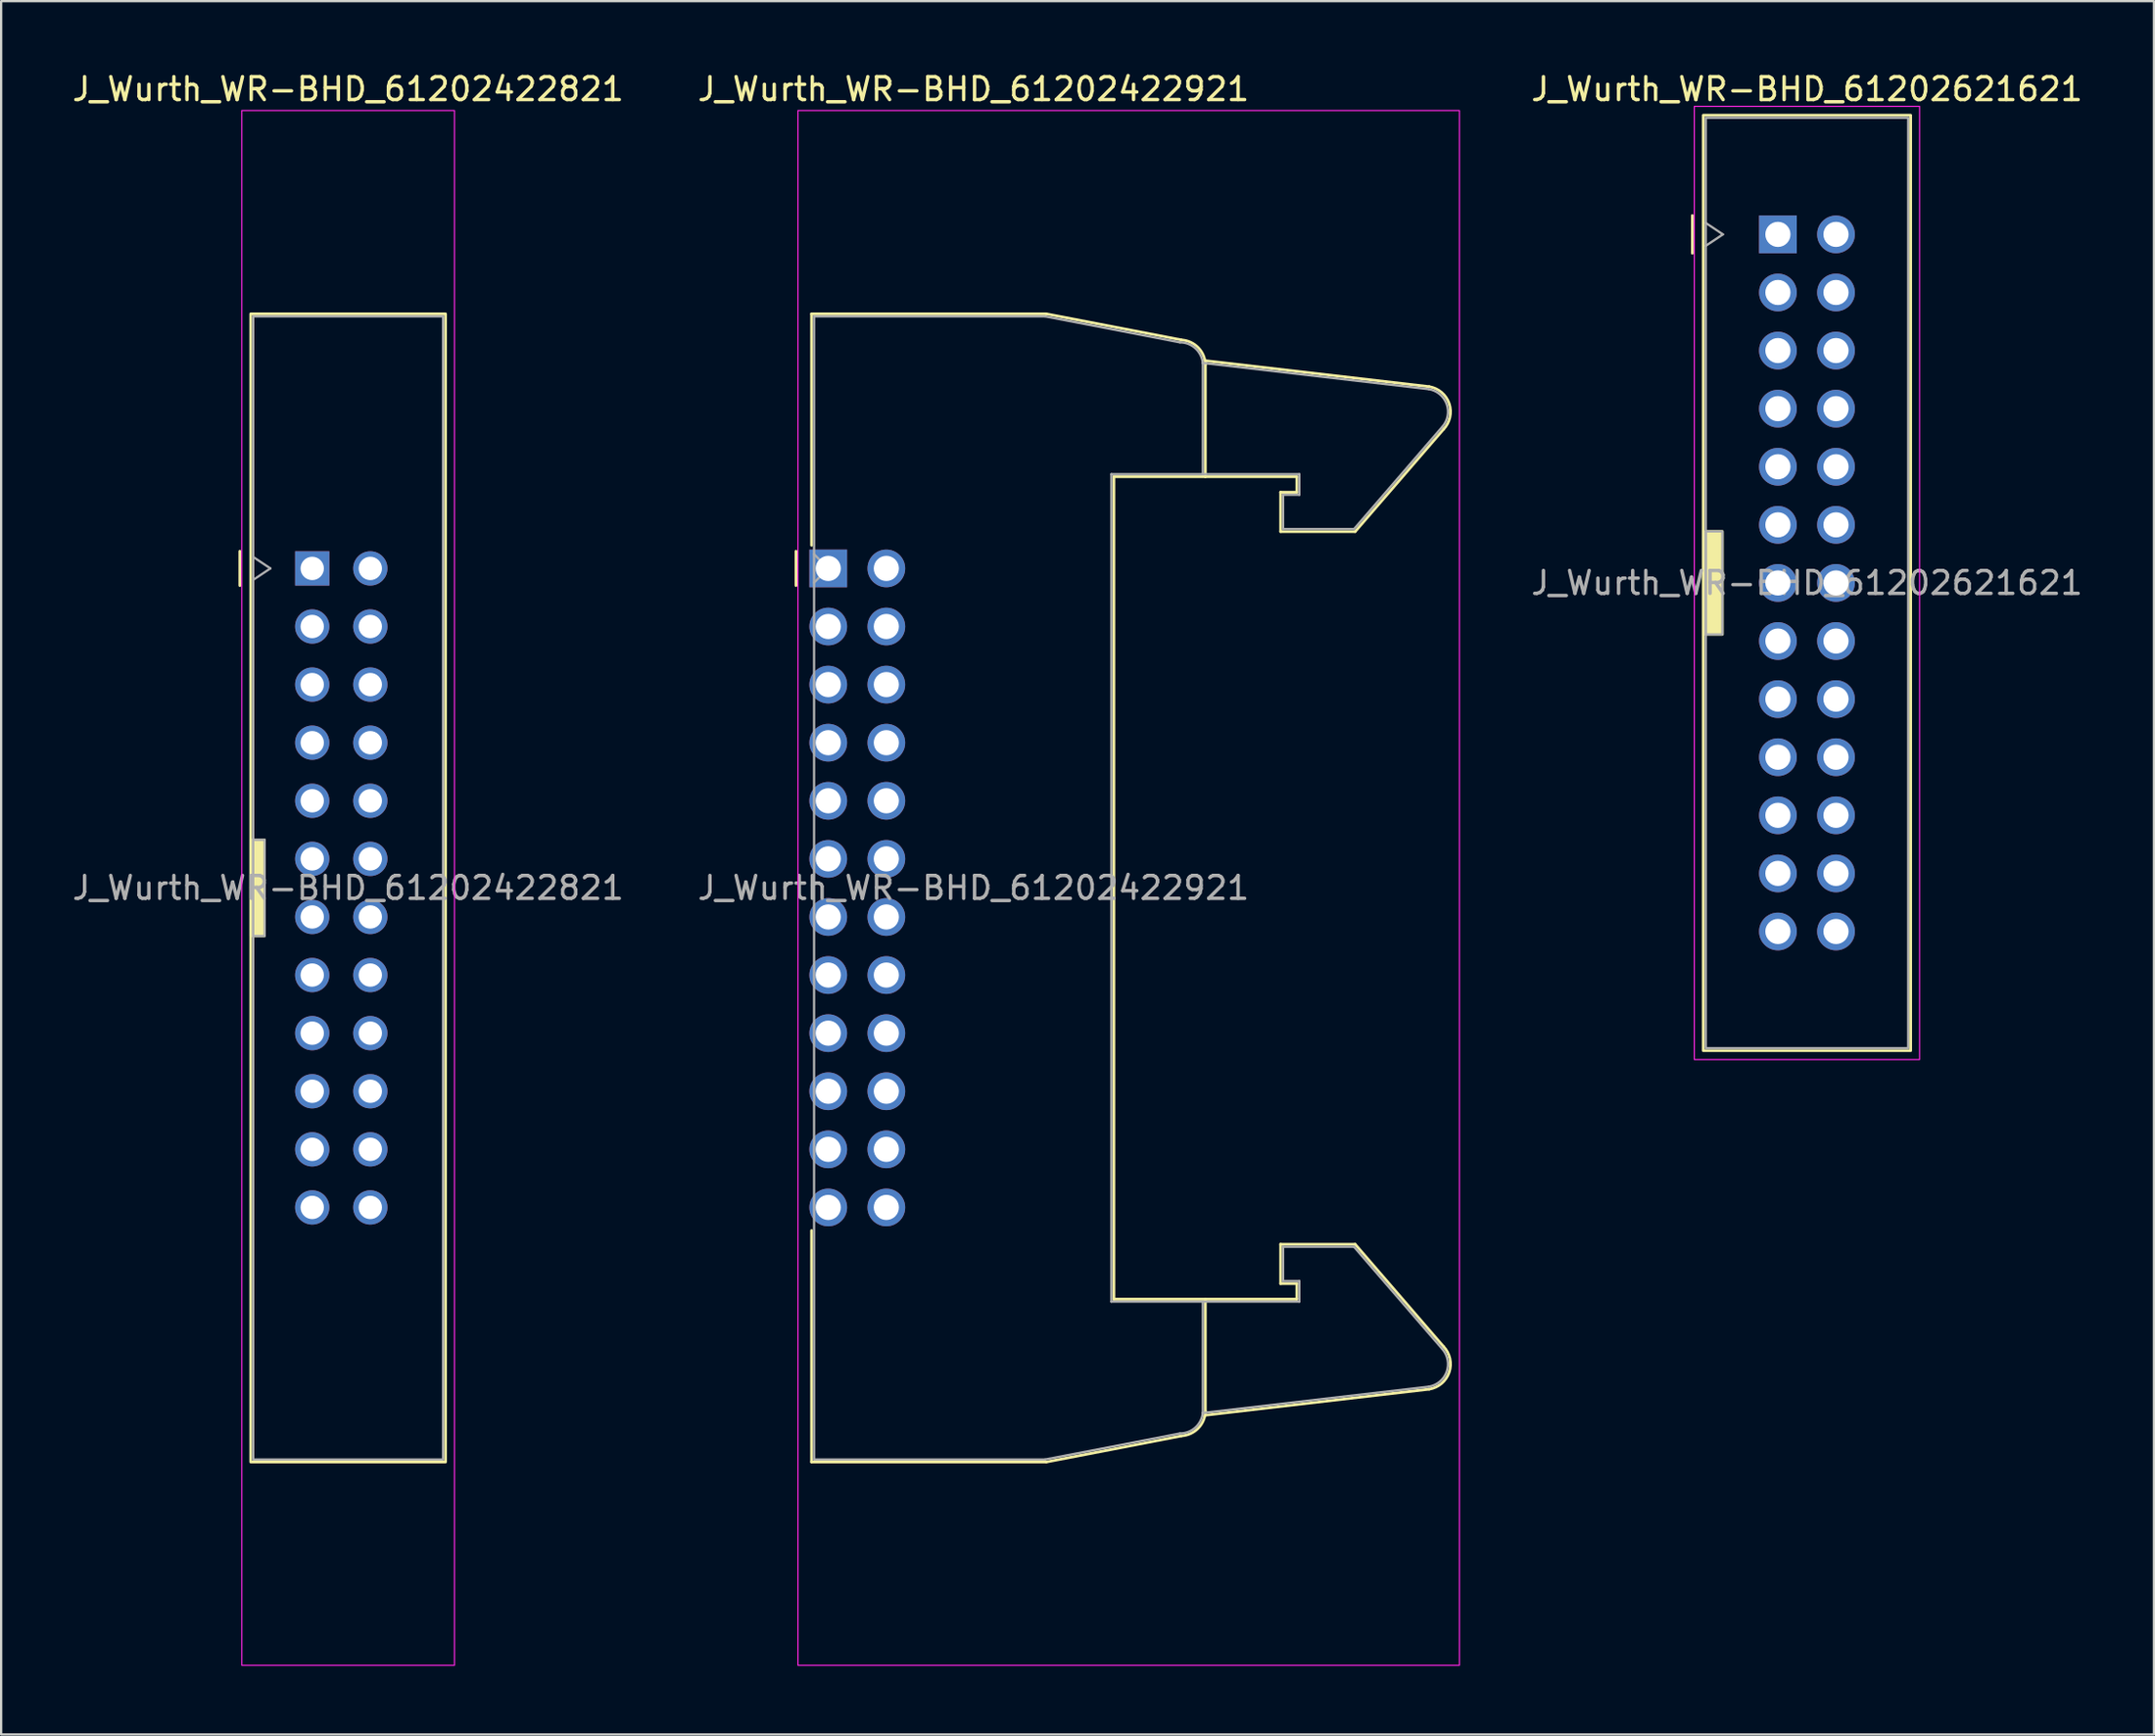
<source format=kicad_pcb>
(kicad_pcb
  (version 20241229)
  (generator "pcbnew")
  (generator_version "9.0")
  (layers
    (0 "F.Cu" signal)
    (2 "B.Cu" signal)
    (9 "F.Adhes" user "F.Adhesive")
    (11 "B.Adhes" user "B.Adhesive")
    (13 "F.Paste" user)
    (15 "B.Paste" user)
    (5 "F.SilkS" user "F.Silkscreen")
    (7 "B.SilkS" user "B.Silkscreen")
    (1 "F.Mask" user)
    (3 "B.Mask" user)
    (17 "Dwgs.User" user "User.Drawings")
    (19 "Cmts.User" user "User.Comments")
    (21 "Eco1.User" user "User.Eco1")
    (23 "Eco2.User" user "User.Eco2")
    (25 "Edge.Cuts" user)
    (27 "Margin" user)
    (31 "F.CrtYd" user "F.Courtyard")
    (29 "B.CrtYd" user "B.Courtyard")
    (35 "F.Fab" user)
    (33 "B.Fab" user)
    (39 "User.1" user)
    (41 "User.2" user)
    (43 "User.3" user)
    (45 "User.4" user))
  (footprint "J_Wurth_WR-BHD_61202422921"
    (layer "F.Cu")
    (at 33.168 21.803)
    (property "Reference" "J_Wurth_WR-BHD_61202422921" (at 6.35 -20.955 0) (unlocked yes) (layer "F.SilkS") (effects (font (size 1 1) (thickness 0.15))))
    (attr through_hole)
    (fp_line (start -1.41 -0.75) (end -1.41 0.75) (stroke (width 0.12) (type solid)) (layer "F.SilkS"))
    (fp_line (start -0.73 -11.13) (end -0.73 -1.01) (stroke (width 0.12) (type solid)) (layer "F.SilkS"))
    (fp_line (start -0.73 -11.13) (end 9.534 -11.13) (stroke (width 0.12) (type solid)) (layer "F.SilkS"))
    (fp_line (start -0.73 39.07) (end -0.73 28.95) (stroke (width 0.12) (type solid)) (layer "F.SilkS"))
    (fp_line (start -0.73 39.07) (end 9.534 39.07) (stroke (width 0.12) (type solid)) (layer "F.SilkS"))
    (fp_line (start 9.534 -11.13) (end 15.443 -9.992) (stroke (width 0.12) (type solid)) (layer "F.SilkS"))
    (fp_line (start 9.534 39.07) (end 15.443 37.932) (stroke (width 0.12) (type solid)) (layer "F.SilkS"))
    (fp_line (start 12.49 31.95) (end 12.49 -4.01) (stroke (width 0.12) (type solid)) (layer "F.SilkS"))
    (fp_line (start 16.49 -8.975) (end 16.49 -4.01) (stroke (width 0.12) (type solid)) (layer "F.SilkS"))
    (fp_line (start 16.49 36.915) (end 16.49 31.95) (stroke (width 0.12) (type solid)) (layer "F.SilkS"))
    (fp_line (start 19.78 -3.33) (end 19.78 -1.61) (stroke (width 0.12) (type solid)) (layer "F.SilkS"))
    (fp_line (start 19.78 -1.61) (end 23.04 -1.61) (stroke (width 0.12) (type solid)) (layer "F.SilkS"))
    (fp_line (start 19.78 29.55) (end 23.04 29.55) (stroke (width 0.12) (type solid)) (layer "F.SilkS"))
    (fp_line (start 19.78 31.27) (end 19.78 29.55) (stroke (width 0.12) (type solid)) (layer "F.SilkS"))
    (fp_line (start 20.49 -4.01) (end 12.49 -4.01) (stroke (width 0.12) (type solid)) (layer "F.SilkS"))
    (fp_line (start 20.49 -3.33) (end 19.78 -3.33) (stroke (width 0.12) (type solid)) (layer "F.SilkS"))
    (fp_line (start 20.49 -3.33) (end 20.49 -4.01) (stroke (width 0.12) (type solid)) (layer "F.SilkS"))
    (fp_line (start 20.49 31.27) (end 19.78 31.27) (stroke (width 0.12) (type solid)) (layer "F.SilkS"))
    (fp_line (start 20.49 31.27) (end 20.49 31.95) (stroke (width 0.12) (type solid)) (layer "F.SilkS"))
    (fp_line (start 20.49 31.95) (end 12.49 31.95) (stroke (width 0.12) (type solid)) (layer "F.SilkS"))
    (fp_line (start 23.04 -1.61) (end 26.903 -6.082) (stroke (width 0.12) (type solid)) (layer "F.SilkS"))
    (fp_line (start 23.04 29.55) (end 26.903 34.022) (stroke (width 0.12) (type solid)) (layer "F.SilkS"))
    (fp_line (start 26.279 -7.947) (end 16.472 -9.085) (stroke (width 0.12) (type solid)) (layer "F.SilkS"))
    (fp_line (start 26.279 35.887) (end 16.472 37.025) (stroke (width 0.12) (type solid)) (layer "F.SilkS"))
    (fp_arc (start 15.442979 -9.98974) (mid 16.176162 -9.655638) (end 16.491006 -8.913981) (stroke (width 0.12) (type solid)) (layer "F.SilkS"))
    (fp_arc (start 16.491006 36.853981) (mid 16.176162 37.595638) (end 15.442979 37.92974) (stroke (width 0.12) (type solid)) (layer "F.SilkS"))
    (fp_arc (start 26.278536 -7.946703) (mid 27.153628 -7.202846) (end 26.903 -6.082) (stroke (width 0.12) (type solid)) (layer "F.SilkS"))
    (fp_arc (start 26.903 34.022) (mid 27.153628 35.142846) (end 26.278536 35.886703) (stroke (width 0.12) (type solid)) (layer "F.SilkS"))
    (fp_rect (start -1.325 -20.02) (end 27.6 47.96) (stroke (width 0.05) (type solid)) (fill no) (layer "F.CrtYd"))
    (fp_line (start -0.62 -11.02) (end 9.484 -11.02) (stroke (width 0.1) (type solid)) (layer "F.Fab"))
    (fp_line (start -0.62 38.96) (end -0.62 -11.02) (stroke (width 0.1) (type solid)) (layer "F.Fab"))
    (fp_line (start -0.62 38.96) (end 9.484 38.96) (stroke (width 0.1) (type solid)) (layer "F.Fab"))
    (fp_line (start 0 0) (end -0.62 -0.62) (stroke (width 0.1) (type solid)) (layer "F.Fab"))
    (fp_line (start 0 0) (end -0.62 0.62) (stroke (width 0.1) (type solid)) (layer "F.Fab"))
    (fp_line (start 9.484 -11.02) (end 15.381 -9.884) (stroke (width 0.1) (type solid)) (layer "F.Fab"))
    (fp_line (start 9.484 38.96) (end 15.381 37.824) (stroke (width 0.1) (type solid)) (layer "F.Fab"))
    (fp_line (start 12.38 32.06) (end 12.38 -4.12) (stroke (width 0.1) (type solid)) (layer "F.Fab"))
    (fp_line (start 16.38 -8.975) (end 16.38 -4.12) (stroke (width 0.1) (type solid)) (layer "F.Fab"))
    (fp_line (start 16.38 36.915) (end 16.38 32.06) (stroke (width 0.1) (type solid)) (layer "F.Fab"))
    (fp_line (start 19.89 -3.22) (end 19.89 -1.72) (stroke (width 0.1) (type solid)) (layer "F.Fab"))
    (fp_line (start 19.89 -1.72) (end 22.99 -1.72) (stroke (width 0.1) (type solid)) (layer "F.Fab"))
    (fp_line (start 19.89 29.66) (end 22.99 29.66) (stroke (width 0.1) (type solid)) (layer "F.Fab"))
    (fp_line (start 19.89 31.16) (end 19.89 29.66) (stroke (width 0.1) (type solid)) (layer "F.Fab"))
    (fp_line (start 20.6 -4.12) (end 12.38 -4.12) (stroke (width 0.1) (type solid)) (layer "F.Fab"))
    (fp_line (start 20.6 -3.22) (end 19.89 -3.22) (stroke (width 0.1) (type solid)) (layer "F.Fab"))
    (fp_line (start 20.6 -3.22) (end 20.6 -4.12) (stroke (width 0.1) (type solid)) (layer "F.Fab"))
    (fp_line (start 20.6 31.16) (end 19.89 31.16) (stroke (width 0.1) (type solid)) (layer "F.Fab"))
    (fp_line (start 20.6 31.16) (end 20.6 32.06) (stroke (width 0.1) (type solid)) (layer "F.Fab"))
    (fp_line (start 20.6 32.06) (end 12.38 32.06) (stroke (width 0.1) (type solid)) (layer "F.Fab"))
    (fp_line (start 22.99 -1.72) (end 26.853 -6.192) (stroke (width 0.1) (type solid)) (layer "F.Fab"))
    (fp_line (start 22.99 29.66) (end 26.853 34.132) (stroke (width 0.1) (type solid)) (layer "F.Fab"))
    (fp_line (start 26.252 -7.838) (end 16.38 -8.984) (stroke (width 0.1) (type solid)) (layer "F.Fab"))
    (fp_line (start 26.252 35.778) (end 16.38 36.924) (stroke (width 0.1) (type solid)) (layer "F.Fab"))
    (fp_arc (start 15.380999 -9.884) (mid 16.05791 -9.620576) (end 16.38 -8.969532) (stroke (width 0.1) (type solid)) (layer "F.Fab"))
    (fp_arc (start 16.38 36.909532) (mid 16.05791 37.560576) (end 15.380999 37.824) (stroke (width 0.1) (type solid)) (layer "F.Fab"))
    (fp_arc (start 26.260676 -7.836993) (mid 27.040851 -7.188778) (end 26.852999 -6.192) (stroke (width 0.1) (type solid)) (layer "F.Fab"))
    (fp_arc (start 26.852999 34.132) (mid 27.040851 35.128778) (end 26.260676 35.776993) (stroke (width 0.1) (type solid)) (layer "F.Fab"))
    (fp_text user "${REFERENCE}" (at 6.35 13.97 0) (unlocked yes) (layer "F.Fab") (effects (font (size 1 1) (thickness 0.15))))
    (pad "1" thru_hole rect (at 0 0 90) (size 1.65 1.65) (drill 1.1) (layers "*.Cu" "*.Mask"))
    (pad "2" thru_hole circle (at 2.54 0 90) (size 1.65 1.65) (drill 1.1) (layers "*.Cu" "*.Mask"))
    (pad "3" thru_hole circle (at 0 2.54 90) (size 1.65 1.65) (drill 1.1) (layers "*.Cu" "*.Mask"))
    (pad "4" thru_hole circle (at 2.54 2.54 90) (size 1.65 1.65) (drill 1.1) (layers "*.Cu" "*.Mask"))
    (pad "5" thru_hole circle (at 0 5.08 90) (size 1.65 1.65) (drill 1.1) (layers "*.Cu" "*.Mask"))
    (pad "6" thru_hole circle (at 2.54 5.08 90) (size 1.65 1.65) (drill 1.1) (layers "*.Cu" "*.Mask"))
    (pad "7" thru_hole circle (at 0 7.62 90) (size 1.65 1.65) (drill 1.1) (layers "*.Cu" "*.Mask"))
    (pad "8" thru_hole circle (at 2.54 7.62 90) (size 1.65 1.65) (drill 1.1) (layers "*.Cu" "*.Mask"))
    (pad "9" thru_hole circle (at 0 10.16 90) (size 1.65 1.65) (drill 1.1) (layers "*.Cu" "*.Mask"))
    (pad "10" thru_hole circle (at 2.54 10.16 90) (size 1.65 1.65) (drill 1.1) (layers "*.Cu" "*.Mask"))
    (pad "11" thru_hole circle (at 0 12.7 90) (size 1.65 1.65) (drill 1.1) (layers "*.Cu" "*.Mask"))
    (pad "12" thru_hole circle (at 2.54 12.7 90) (size 1.65 1.65) (drill 1.1) (layers "*.Cu" "*.Mask"))
    (pad "13" thru_hole circle (at 0 15.24 90) (size 1.65 1.65) (drill 1.1) (layers "*.Cu" "*.Mask"))
    (pad "14" thru_hole circle (at 2.54 15.24 90) (size 1.65 1.65) (drill 1.1) (layers "*.Cu" "*.Mask"))
    (pad "15" thru_hole circle (at 0 17.78 90) (size 1.65 1.65) (drill 1.1) (layers "*.Cu" "*.Mask"))
    (pad "16" thru_hole circle (at 2.54 17.78 90) (size 1.65 1.65) (drill 1.1) (layers "*.Cu" "*.Mask"))
    (pad "17" thru_hole circle (at 0 20.32 90) (size 1.65 1.65) (drill 1.1) (layers "*.Cu" "*.Mask"))
    (pad "18" thru_hole circle (at 2.54 20.32 90) (size 1.65 1.65) (drill 1.1) (layers "*.Cu" "*.Mask"))
    (pad "19" thru_hole circle (at 0 22.86 90) (size 1.65 1.65) (drill 1.1) (layers "*.Cu" "*.Mask"))
    (pad "20" thru_hole circle (at 2.54 22.86 90) (size 1.65 1.65) (drill 1.1) (layers "*.Cu" "*.Mask"))
    (pad "21" thru_hole circle (at 0 25.4 90) (size 1.65 1.65) (drill 1.1) (layers "*.Cu" "*.Mask"))
    (pad "22" thru_hole circle (at 2.54 25.4 90) (size 1.65 1.65) (drill 1.1) (layers "*.Cu" "*.Mask"))
    (pad "23" thru_hole circle (at 0 27.94 90) (size 1.65 1.65) (drill 1.1) (layers "*.Cu" "*.Mask"))
    (pad "24" thru_hole circle (at 2.54 27.94 90) (size 1.65 1.65) (drill 1.1) (layers "*.Cu" "*.Mask")))
  (footprint "J_Wurth_WR-BHD_61202621621"
    (layer "F.Cu")
    (at 74.695 7.198)
    (property "Reference" "J_Wurth_WR-BHD_61202621621" (at 1.27 -6.35 0) (unlocked yes) (layer "F.SilkS") (effects (font (size 1 1) (thickness 0.15))))
    (attr through_hole)
    (fp_line (start -3.74 -0.825) (end -3.74 0.825) (stroke (width 0.12) (type solid)) (layer "F.SilkS"))
    (fp_rect (start -3.265 -5.21) (end 5.805 35.69) (stroke (width 0.12) (type solid)) (fill no) (layer "F.SilkS"))
    (fp_rect (start -3.155 12.99) (end -2.43 17.49) (stroke (width 0.12) (type solid)) (fill yes) (layer "F.SilkS"))
    (fp_rect (start -3.655 -5.6) (end 6.195 36.08) (stroke (width 0.05) (type solid)) (fill no) (layer "F.CrtYd"))
    (fp_line (start -2.405 0) (end -3.155 -0.5) (stroke (width 0.1) (type solid)) (layer "F.Fab"))
    (fp_line (start -2.405 0) (end -3.155 0.5) (stroke (width 0.1) (type solid)) (layer "F.Fab"))
    (fp_rect (start -3.155 12.99) (end -2.43 17.49) (stroke (width 0.1) (type solid)) (fill no) (layer "F.Fab"))
    (fp_rect (start -3.155 -5.1) (end 5.695 35.58) (stroke (width 0.1) (type solid)) (fill no) (layer "F.Fab"))
    (fp_text user "${REFERENCE}" (at 1.27 15.24 0) (unlocked yes) (layer "F.Fab") (effects (font (size 1 1) (thickness 0.15))))
    (pad "1" thru_hole rect (at 0 0 270) (size 1.65 1.65) (drill 1.1) (layers "*.Cu" "*.Mask"))
    (pad "2" thru_hole circle (at 2.54 0 270) (size 1.65 1.65) (drill 1.1) (layers "*.Cu" "*.Mask"))
    (pad "3" thru_hole circle (at 0 2.54 270) (size 1.65 1.65) (drill 1.1) (layers "*.Cu" "*.Mask"))
    (pad "4" thru_hole circle (at 2.54 2.54 270) (size 1.65 1.65) (drill 1.1) (layers "*.Cu" "*.Mask"))
    (pad "5" thru_hole circle (at 0 5.08 270) (size 1.65 1.65) (drill 1.1) (layers "*.Cu" "*.Mask"))
    (pad "6" thru_hole circle (at 2.54 5.08 270) (size 1.65 1.65) (drill 1.1) (layers "*.Cu" "*.Mask"))
    (pad "7" thru_hole circle (at 0 7.62 270) (size 1.65 1.65) (drill 1.1) (layers "*.Cu" "*.Mask"))
    (pad "8" thru_hole circle (at 2.54 7.62 270) (size 1.65 1.65) (drill 1.1) (layers "*.Cu" "*.Mask"))
    (pad "9" thru_hole circle (at 0 10.16 270) (size 1.65 1.65) (drill 1.1) (layers "*.Cu" "*.Mask"))
    (pad "10" thru_hole circle (at 2.54 10.16 270) (size 1.65 1.65) (drill 1.1) (layers "*.Cu" "*.Mask"))
    (pad "11" thru_hole circle (at 0 12.7 270) (size 1.65 1.65) (drill 1.1) (layers "*.Cu" "*.Mask"))
    (pad "12" thru_hole circle (at 2.54 12.7 270) (size 1.65 1.65) (drill 1.1) (layers "*.Cu" "*.Mask"))
    (pad "13" thru_hole circle (at 0 15.24 270) (size 1.65 1.65) (drill 1.1) (layers "*.Cu" "*.Mask"))
    (pad "14" thru_hole circle (at 2.54 15.24 270) (size 1.65 1.65) (drill 1.1) (layers "*.Cu" "*.Mask"))
    (pad "15" thru_hole circle (at 0 17.78 270) (size 1.65 1.65) (drill 1.1) (layers "*.Cu" "*.Mask"))
    (pad "16" thru_hole circle (at 2.54 17.78 270) (size 1.65 1.65) (drill 1.1) (layers "*.Cu" "*.Mask"))
    (pad "17" thru_hole circle (at 0 20.32 270) (size 1.65 1.65) (drill 1.1) (layers "*.Cu" "*.Mask"))
    (pad "18" thru_hole circle (at 2.54 20.32 270) (size 1.65 1.65) (drill 1.1) (layers "*.Cu" "*.Mask"))
    (pad "19" thru_hole circle (at 0 22.86 270) (size 1.65 1.65) (drill 1.1) (layers "*.Cu" "*.Mask"))
    (pad "20" thru_hole circle (at 2.54 22.86 270) (size 1.65 1.65) (drill 1.1) (layers "*.Cu" "*.Mask"))
    (pad "21" thru_hole circle (at 0 25.4 270) (size 1.65 1.65) (drill 1.1) (layers "*.Cu" "*.Mask"))
    (pad "22" thru_hole circle (at 2.54 25.4 270) (size 1.65 1.65) (drill 1.1) (layers "*.Cu" "*.Mask"))
    (pad "23" thru_hole circle (at 0 27.94 270) (size 1.65 1.65) (drill 1.1) (layers "*.Cu" "*.Mask"))
    (pad "24" thru_hole circle (at 2.54 27.94 270) (size 1.65 1.65) (drill 1.1) (layers "*.Cu" "*.Mask"))
    (pad "25" thru_hole circle (at 0 30.48 270) (size 1.65 1.65) (drill 1.1) (layers "*.Cu" "*.Mask"))
    (pad "26" thru_hole circle (at 2.54 30.48 270) (size 1.65 1.65) (drill 1.1) (layers "*.Cu" "*.Mask")))
  (footprint "J_Wurth_WR-BHD_61202422821"
    (layer "F.Cu")
    (at 10.603 21.803)
    (property "Reference" "J_Wurth_WR-BHD_61202422821" (at 1.57 -20.955 0) (unlocked yes) (layer "F.SilkS") (effects (font (size 1 1) (thickness 0.15))))
    (attr through_hole)
    (fp_line (start -3.165 -0.75) (end -3.165 0.75) (stroke (width 0.12) (type solid)) (layer "F.SilkS"))
    (fp_rect (start -2.69 -11.13) (end 5.83 39.07) (stroke (width 0.12) (type solid)) (fill no) (layer "F.SilkS"))
    (fp_rect (start -2.69 11.87) (end -2.08 16.07) (stroke (width 0.1) (type solid)) (fill yes) (layer "F.SilkS"))
    (fp_rect (start -3.08 -20.02) (end 6.22 47.96) (stroke (width 0.05) (type solid)) (fill no) (layer "F.CrtYd"))
    (fp_line (start -1.83 0) (end -2.58 -0.5) (stroke (width 0.1) (type solid)) (layer "F.Fab"))
    (fp_line (start -1.83 0) (end -2.58 0.5) (stroke (width 0.1) (type solid)) (layer "F.Fab"))
    (fp_rect (start -2.58 -11.02) (end 5.72 38.96) (stroke (width 0.1) (type solid)) (fill no) (layer "F.Fab"))
    (fp_rect (start -2.58 11.87) (end -2.08 16.07) (stroke (width 0.1) (type solid)) (fill no) (layer "F.Fab"))
    (fp_text user "${REFERENCE}" (at 1.57 13.97 0) (unlocked yes) (layer "F.Fab") (effects (font (size 1 1) (thickness 0.15))))
    (pad "1" thru_hole rect (at 0 0 270) (size 1.5 1.5) (drill 1.02) (layers "*.Cu" "*.Mask"))
    (pad "2" thru_hole circle (at 2.54 0 270) (size 1.5 1.5) (drill 1.02) (layers "*.Cu" "*.Mask"))
    (pad "3" thru_hole circle (at 0 2.54 270) (size 1.5 1.5) (drill 1.02) (layers "*.Cu" "*.Mask"))
    (pad "4" thru_hole circle (at 2.54 2.54 270) (size 1.5 1.5) (drill 1.02) (layers "*.Cu" "*.Mask"))
    (pad "5" thru_hole circle (at 0 5.08 270) (size 1.5 1.5) (drill 1.02) (layers "*.Cu" "*.Mask"))
    (pad "6" thru_hole circle (at 2.54 5.08 270) (size 1.5 1.5) (drill 1.02) (layers "*.Cu" "*.Mask"))
    (pad "7" thru_hole circle (at 0 7.62 270) (size 1.5 1.5) (drill 1.02) (layers "*.Cu" "*.Mask"))
    (pad "8" thru_hole circle (at 2.54 7.62 270) (size 1.5 1.5) (drill 1.02) (layers "*.Cu" "*.Mask"))
    (pad "9" thru_hole circle (at 0 10.16 270) (size 1.5 1.5) (drill 1.02) (layers "*.Cu" "*.Mask"))
    (pad "10" thru_hole circle (at 2.54 10.16 270) (size 1.5 1.5) (drill 1.02) (layers "*.Cu" "*.Mask"))
    (pad "11" thru_hole circle (at 0 12.7 270) (size 1.5 1.5) (drill 1.02) (layers "*.Cu" "*.Mask"))
    (pad "12" thru_hole circle (at 2.54 12.7 270) (size 1.5 1.5) (drill 1.02) (layers "*.Cu" "*.Mask"))
    (pad "13" thru_hole circle (at 0 15.24 270) (size 1.5 1.5) (drill 1.02) (layers "*.Cu" "*.Mask"))
    (pad "14" thru_hole circle (at 2.54 15.24 270) (size 1.5 1.5) (drill 1.02) (layers "*.Cu" "*.Mask"))
    (pad "15" thru_hole circle (at 0 17.78 270) (size 1.5 1.5) (drill 1.02) (layers "*.Cu" "*.Mask"))
    (pad "16" thru_hole circle (at 2.54 17.78 270) (size 1.5 1.5) (drill 1.02) (layers "*.Cu" "*.Mask"))
    (pad "17" thru_hole circle (at 0 20.32 270) (size 1.5 1.5) (drill 1.02) (layers "*.Cu" "*.Mask"))
    (pad "18" thru_hole circle (at 2.54 20.32 270) (size 1.5 1.5) (drill 1.02) (layers "*.Cu" "*.Mask"))
    (pad "19" thru_hole circle (at 0 22.86 270) (size 1.5 1.5) (drill 1.02) (layers "*.Cu" "*.Mask"))
    (pad "20" thru_hole circle (at 2.54 22.86 270) (size 1.5 1.5) (drill 1.02) (layers "*.Cu" "*.Mask"))
    (pad "21" thru_hole circle (at 0 25.4 270) (size 1.5 1.5) (drill 1.02) (layers "*.Cu" "*.Mask"))
    (pad "22" thru_hole circle (at 2.54 25.4 270) (size 1.5 1.5) (drill 1.02) (layers "*.Cu" "*.Mask"))
    (pad "23" thru_hole circle (at 0 27.94 270) (size 1.5 1.5) (drill 1.02) (layers "*.Cu" "*.Mask"))
    (pad "24" thru_hole circle (at 2.54 27.94 270) (size 1.5 1.5) (drill 1.02) (layers "*.Cu" "*.Mask")))
  (gr_rect
    (start -3 -3)
    (end 91.138 72.788)
    (stroke (width 0.1) (type default))
    (fill no)
    (layer "Edge.Cuts")))
</source>
